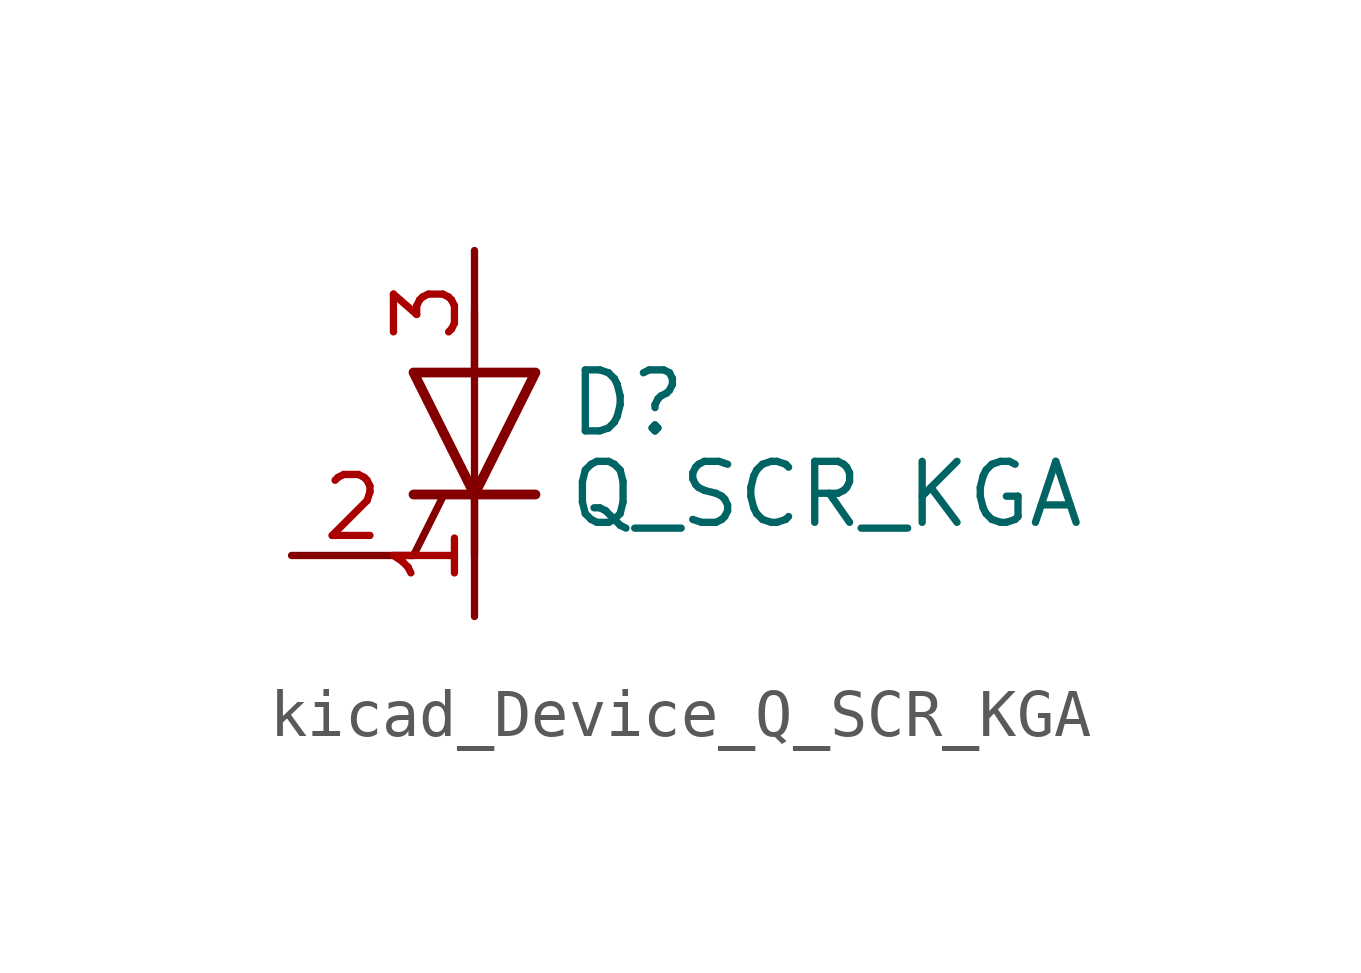
<source format=kicad_sym>
(kicad_symbol_lib
  (version 20220914)
  (generator kicad_symbol_editor)
  (symbol "kicad_Device_Q_SCR_KGA"
    (pin_names
      (offset 0) hide)
    (property "Reference" "D"
      (at 1.905 0.635 0)
      (effects (font (size 1.27 1.27)) (justify left)))
    (property "Value" "Q_SCR_KGA"
      (at 1.905 -1.27 0)
      (effects (font (size 1.27 1.27)) (justify left)))
    (symbol "kicad_Device_Q_SCR_KGA_0_1"
      (polyline (pts (xy -1.27 -2.54) (xy -0.635 -1.27)) (stroke (width 0) (type default)) (fill (type none)))
      (polyline (pts (xy -1.27 -1.27) (xy 1.27 -1.27)) (stroke (width 0.203) (type default)) (fill (type none)))
      (polyline (pts (xy 0 -2.54) (xy 0 2.54)) (stroke (width 0) (type default)) (fill (type none)))
      (polyline (pts (xy -1.27 1.27) (xy 1.27 1.27) (xy 0 -1.27) (xy -1.27 1.27)) (stroke (width 0.203) (type default)) (fill (type none))))
    (symbol "kicad_Device_Q_SCR_KGA_1_1"
      (pin passive line (at 0 -3.81 90) (length 2.54) (name "K" (effects (font (size 1.27 1.27)))) (number "1" (effects (font (size 1.27 1.27)))))
      (pin input line (at -3.81 -2.54 0) (length 2.54) (name "G" (effects (font (size 1.27 1.27)))) (number "2" (effects (font (size 1.27 1.27)))))
      (pin passive line (at 0 3.81 270) (length 2.54) (name "A" (effects (font (size 1.27 1.27)))) (number "3" (effects (font (size 1.27 1.27))))))))
</source>
